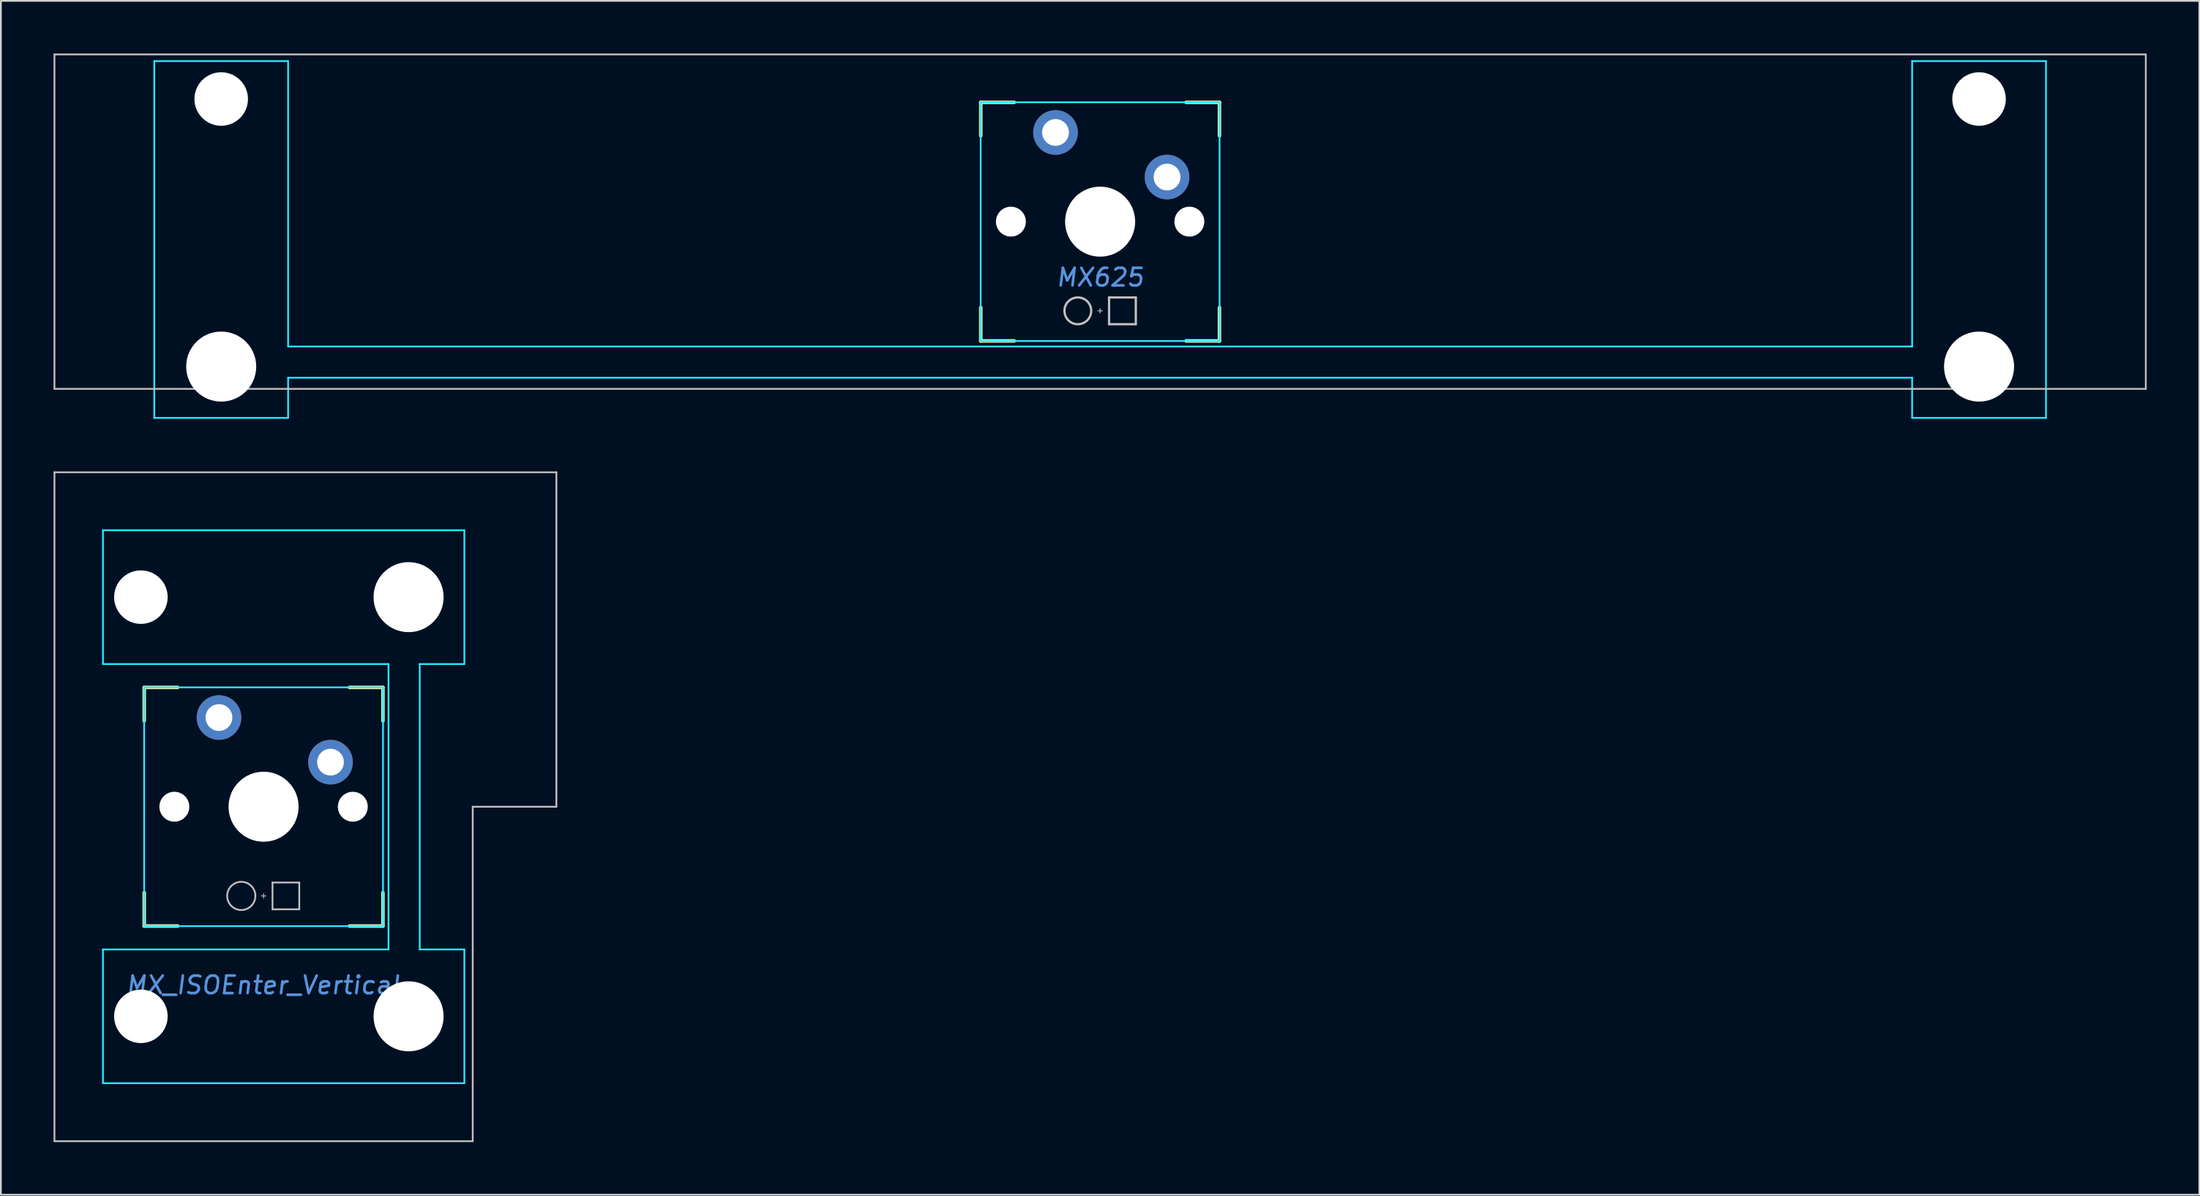
<source format=kicad_pcb>
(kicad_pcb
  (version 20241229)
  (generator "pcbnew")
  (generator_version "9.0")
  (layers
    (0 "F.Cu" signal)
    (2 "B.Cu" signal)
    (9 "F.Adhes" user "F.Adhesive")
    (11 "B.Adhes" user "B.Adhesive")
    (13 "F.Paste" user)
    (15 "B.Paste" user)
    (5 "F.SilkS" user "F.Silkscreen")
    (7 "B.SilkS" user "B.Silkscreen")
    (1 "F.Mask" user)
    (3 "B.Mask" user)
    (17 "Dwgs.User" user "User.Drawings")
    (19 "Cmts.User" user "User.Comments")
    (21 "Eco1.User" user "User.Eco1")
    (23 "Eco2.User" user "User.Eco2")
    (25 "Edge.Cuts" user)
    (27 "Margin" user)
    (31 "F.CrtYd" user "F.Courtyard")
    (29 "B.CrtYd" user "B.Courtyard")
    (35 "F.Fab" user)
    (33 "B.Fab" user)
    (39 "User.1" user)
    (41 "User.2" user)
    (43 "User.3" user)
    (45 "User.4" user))
  (footprint "MX625"
    (layer "F.Cu")
    (at 59.581 9.575)
    (property "Reference" "MX625" (at 0 3.175 0) (layer "Cmts.User") (effects (font (size 1 1) (thickness 0.15) (italic yes))))
    (attr through_hole)
    (fp_line (start -6.795 -4.889) (end -6.795 -6.795) (stroke (width 0.2) (type solid)) (layer "F.SilkS"))
    (fp_line (start -6.795 4.889) (end -6.795 6.795) (stroke (width 0.2) (type solid)) (layer "F.SilkS"))
    (fp_line (start -4.889 -6.795) (end -6.795 -6.795) (stroke (width 0.2) (type solid)) (layer "F.SilkS"))
    (fp_line (start -4.889 6.795) (end -6.795 6.795) (stroke (width 0.2) (type solid)) (layer "F.SilkS"))
    (fp_line (start 4.889 -6.795) (end 6.795 -6.795) (stroke (width 0.2) (type solid)) (layer "F.SilkS"))
    (fp_line (start 4.889 6.795) (end 6.795 6.795) (stroke (width 0.2) (type solid)) (layer "F.SilkS"))
    (fp_line (start 6.795 -4.889) (end 6.795 -6.795) (stroke (width 0.2) (type solid)) (layer "F.SilkS"))
    (fp_line (start 6.795 4.889) (end 6.795 6.795) (stroke (width 0.2) (type solid)) (layer "F.SilkS"))
    (fp_line (start -59.531 -9.525) (end -59.531 9.525) (stroke (width 0.1) (type solid)) (layer "Dwgs.User"))
    (fp_line (start -59.531 -9.525) (end 59.531 -9.525) (stroke (width 0.1) (type solid)) (layer "Dwgs.User"))
    (fp_line (start -59.531 9.525) (end 59.531 9.525) (stroke (width 0.1) (type solid)) (layer "Dwgs.User"))
    (fp_line (start -0.127 5.08) (end 0.127 5.08) (stroke (width 0.051) (type solid)) (layer "Dwgs.User"))
    (fp_line (start 0 5.207) (end 0 4.953) (stroke (width 0.051) (type solid)) (layer "Dwgs.User"))
    (fp_line (start 0.508 4.318) (end 0.508 5.842) (stroke (width 0.127) (type solid)) (layer "Dwgs.User"))
    (fp_line (start 0.508 4.318) (end 2.032 4.318) (stroke (width 0.127) (type solid)) (layer "Dwgs.User"))
    (fp_line (start 0.508 5.842) (end 2.032 5.842) (stroke (width 0.127) (type solid)) (layer "Dwgs.User"))
    (fp_line (start 2.032 5.842) (end 2.032 4.318) (stroke (width 0.127) (type solid)) (layer "Dwgs.User"))
    (fp_line (start 59.531 -9.525) (end 59.531 9.525) (stroke (width 0.1) (type solid)) (layer "Dwgs.User"))
    (fp_circle (center -1.27 5.08) (end -0.508 5.08) (stroke (width 0.127) (type solid)) (fill no) (layer "Dwgs.User"))
    (fp_line (start -53.848 -9.144) (end -53.848 11.176) (stroke (width 0.1) (type solid)) (layer "B.CrtYd"))
    (fp_line (start -53.848 -9.144) (end -46.228 -9.144) (stroke (width 0.1) (type solid)) (layer "B.CrtYd"))
    (fp_line (start -53.848 11.176) (end -46.228 11.176) (stroke (width 0.1) (type solid)) (layer "B.CrtYd"))
    (fp_line (start -46.228 7.112) (end -46.228 -9.144) (stroke (width 0.1) (type solid)) (layer "B.CrtYd"))
    (fp_line (start -46.228 7.112) (end 46.228 7.112) (stroke (width 0.1) (type solid)) (layer "B.CrtYd"))
    (fp_line (start -46.228 8.89) (end -46.228 11.176) (stroke (width 0.1) (type solid)) (layer "B.CrtYd"))
    (fp_line (start -46.228 8.89) (end 46.228 8.89) (stroke (width 0.1) (type solid)) (layer "B.CrtYd"))
    (fp_line (start -6.8 -6.8) (end -6.8 6.8) (stroke (width 0.1) (type solid)) (layer "B.CrtYd"))
    (fp_line (start -6.8 -6.8) (end 6.8 -6.8) (stroke (width 0.1) (type solid)) (layer "B.CrtYd"))
    (fp_line (start -6.8 6.8) (end 6.8 6.8) (stroke (width 0.1) (type solid)) (layer "B.CrtYd"))
    (fp_line (start 6.8 6.8) (end 6.8 -6.8) (stroke (width 0.1) (type solid)) (layer "B.CrtYd"))
    (fp_line (start 46.228 -9.144) (end 53.848 -9.144) (stroke (width 0.1) (type solid)) (layer "B.CrtYd"))
    (fp_line (start 46.228 7.112) (end 46.228 -9.144) (stroke (width 0.1) (type solid)) (layer "B.CrtYd"))
    (fp_line (start 46.228 8.89) (end 46.228 11.176) (stroke (width 0.1) (type solid)) (layer "B.CrtYd"))
    (fp_line (start 46.228 11.176) (end 53.848 11.176) (stroke (width 0.1) (type solid)) (layer "B.CrtYd"))
    (fp_line (start 53.848 -9.144) (end 53.848 11.176) (stroke (width 0.1) (type solid)) (layer "B.CrtYd"))
    (pad "" np_thru_hole circle (at -50.038 -6.985 180) (size 3.048 3.048) (drill 3.048) (layers "*.Cu" "*.Mask"))
    (pad "" np_thru_hole circle (at -50.038 8.255 180) (size 3.988 3.988) (drill 3.988) (layers "*.Cu" "*.Mask"))
    (pad "" np_thru_hole circle (at -5.08 0) (size 1.702 1.702) (drill 1.702) (layers "*.Cu" "*.Mask"))
    (pad "" np_thru_hole circle (at 0 0) (size 3.988 3.988) (drill 3.988) (layers "*.Cu" "*.Mask"))
    (pad "" np_thru_hole circle (at 5.08 0) (size 1.702 1.702) (drill 1.702) (layers "*.Cu" "*.Mask"))
    (pad "" np_thru_hole circle (at 50.038 -6.985 180) (size 3.048 3.048) (drill 3.048) (layers "*.Cu" "*.Mask"))
    (pad "" np_thru_hole circle (at 50.038 8.255 180) (size 3.988 3.988) (drill 3.988) (layers "*.Cu" "*.Mask"))
    (pad "1" thru_hole circle (at -2.54 -5.08) (size 2.54 2.54) (drill 1.524) (layers "*.Cu" "*.Mask"))
    (pad "2" thru_hole circle (at 3.81 -2.54) (size 2.54 2.54) (drill 1.524) (layers "*.Cu" "*.Mask")))
  (footprint "MX_ISOEnter_Vertical"
    (layer "F.Cu")
    (at 11.956 42.901)
    (property "Reference" "MX_ISOEnter_Vertical" (at 0 10.16 0) (layer "Cmts.User") (effects (font (size 1 1) (thickness 0.15) (italic yes))))
    (attr through_hole)
    (fp_line (start -6.795 -4.889) (end -6.795 -6.795) (stroke (width 0.2) (type solid)) (layer "F.SilkS"))
    (fp_line (start -6.795 4.889) (end -6.795 6.795) (stroke (width 0.2) (type solid)) (layer "F.SilkS"))
    (fp_line (start -4.889 -6.795) (end -6.795 -6.795) (stroke (width 0.2) (type solid)) (layer "F.SilkS"))
    (fp_line (start -4.889 6.795) (end -6.795 6.795) (stroke (width 0.2) (type solid)) (layer "F.SilkS"))
    (fp_line (start 4.889 -6.795) (end 6.795 -6.795) (stroke (width 0.2) (type solid)) (layer "F.SilkS"))
    (fp_line (start 4.889 6.795) (end 6.795 6.795) (stroke (width 0.2) (type solid)) (layer "F.SilkS"))
    (fp_line (start 6.795 -4.889) (end 6.795 -6.795) (stroke (width 0.2) (type solid)) (layer "F.SilkS"))
    (fp_line (start 6.795 4.889) (end 6.795 6.795) (stroke (width 0.2) (type solid)) (layer "F.SilkS"))
    (fp_line (start -11.906 19.05) (end -11.906 -19.05) (stroke (width 0.1) (type solid)) (layer "Dwgs.User"))
    (fp_line (start -0.127 5.08) (end 0.127 5.08) (stroke (width 0.05) (type solid)) (layer "Dwgs.User"))
    (fp_line (start 0 5.207) (end 0 4.953) (stroke (width 0.05) (type solid)) (layer "Dwgs.User"))
    (fp_line (start 0.508 4.318) (end 0.508 5.842) (stroke (width 0.1) (type solid)) (layer "Dwgs.User"))
    (fp_line (start 0.508 4.318) (end 2.032 4.318) (stroke (width 0.1) (type solid)) (layer "Dwgs.User"))
    (fp_line (start 0.508 5.842) (end 2.032 5.842) (stroke (width 0.1) (type solid)) (layer "Dwgs.User"))
    (fp_line (start 2.032 5.842) (end 2.032 4.318) (stroke (width 0.1) (type solid)) (layer "Dwgs.User"))
    (fp_line (start 11.906 19.05) (end -11.906 19.05) (stroke (width 0.1) (type solid)) (layer "Dwgs.User"))
    (fp_line (start 11.906 19.05) (end 11.906 0) (stroke (width 0.1) (type solid)) (layer "Dwgs.User"))
    (fp_line (start 16.669 -19.05) (end -11.906 -19.05) (stroke (width 0.1) (type solid)) (layer "Dwgs.User"))
    (fp_line (start 16.669 0) (end 11.906 0) (stroke (width 0.1) (type solid)) (layer "Dwgs.User"))
    (fp_line (start 16.669 0) (end 16.669 -19.05) (stroke (width 0.1) (type solid)) (layer "Dwgs.User"))
    (fp_circle (center -1.27 5.08) (end -0.467 5.08) (stroke (width 0.1) (type solid)) (fill no) (layer "Dwgs.User"))
    (fp_line (start -9.144 -15.748) (end 11.43 -15.748) (stroke (width 0.1) (type solid)) (layer "B.CrtYd"))
    (fp_line (start -9.144 -8.128) (end -9.144 -15.748) (stroke (width 0.1) (type solid)) (layer "B.CrtYd"))
    (fp_line (start -9.144 -8.128) (end 7.112 -8.128) (stroke (width 0.1) (type solid)) (layer "B.CrtYd"))
    (fp_line (start -9.144 8.128) (end 7.112 8.128) (stroke (width 0.1) (type solid)) (layer "B.CrtYd"))
    (fp_line (start -9.144 15.748) (end -9.144 8.128) (stroke (width 0.1) (type solid)) (layer "B.CrtYd"))
    (fp_line (start -6.8 6.8) (end -6.8 -6.8) (stroke (width 0.1) (type solid)) (layer "B.CrtYd"))
    (fp_line (start 6.8 -6.8) (end -6.8 -6.8) (stroke (width 0.1) (type solid)) (layer "B.CrtYd"))
    (fp_line (start 6.8 6.8) (end -6.8 6.8) (stroke (width 0.1) (type solid)) (layer "B.CrtYd"))
    (fp_line (start 6.8 6.8) (end 6.8 -6.8) (stroke (width 0.1) (type solid)) (layer "B.CrtYd"))
    (fp_line (start 7.112 8.128) (end 7.112 -8.128) (stroke (width 0.1) (type solid)) (layer "B.CrtYd"))
    (fp_line (start 8.89 8.128) (end 8.89 -8.128) (stroke (width 0.1) (type solid)) (layer "B.CrtYd"))
    (fp_line (start 11.43 -15.748) (end 11.43 -8.128) (stroke (width 0.1) (type solid)) (layer "B.CrtYd"))
    (fp_line (start 11.43 -8.128) (end 8.89 -8.128) (stroke (width 0.1) (type solid)) (layer "B.CrtYd"))
    (fp_line (start 11.43 8.128) (end 8.89 8.128) (stroke (width 0.1) (type solid)) (layer "B.CrtYd"))
    (fp_line (start 11.43 8.128) (end 11.43 15.748) (stroke (width 0.1) (type solid)) (layer "B.CrtYd"))
    (fp_line (start 11.43 15.748) (end -9.144 15.748) (stroke (width 0.1) (type solid)) (layer "B.CrtYd"))
    (pad "" np_thru_hole circle (at -6.985 -11.938 90) (size 3.048 3.048) (drill 3.048) (layers "*.Cu" "*.Mask"))
    (pad "" np_thru_hole circle (at -6.985 11.938 90) (size 3.048 3.048) (drill 3.048) (layers "*.Cu" "*.Mask"))
    (pad "" np_thru_hole circle (at -5.08 0) (size 1.702 1.702) (drill 1.702) (layers "*.Cu" "*.Mask"))
    (pad "" np_thru_hole circle (at 0 0) (size 3.988 3.988) (drill 3.988) (layers "*.Cu" "*.Mask"))
    (pad "" np_thru_hole circle (at 5.08 0) (size 1.702 1.702) (drill 1.702) (layers "*.Cu" "*.Mask"))
    (pad "" np_thru_hole circle (at 8.255 -11.938 90) (size 3.988 3.988) (drill 3.988) (layers "*.Cu" "*.Mask"))
    (pad "" np_thru_hole circle (at 8.255 11.938 90) (size 3.988 3.988) (drill 3.988) (layers "*.Cu" "*.Mask"))
    (pad "1" thru_hole circle (at -2.54 -5.08) (size 2.54 2.54) (drill 1.524) (layers "*.Cu" "*.Mask"))
    (pad "2" thru_hole circle (at 3.81 -2.54) (size 2.54 2.54) (drill 1.524) (layers "*.Cu" "*.Mask")))
  (gr_rect
    (start -3 -3)
    (end 122.162 65.001)
    (stroke (width 0.1) (type default))
    (fill no)
    (layer "Edge.Cuts")))
</source>
